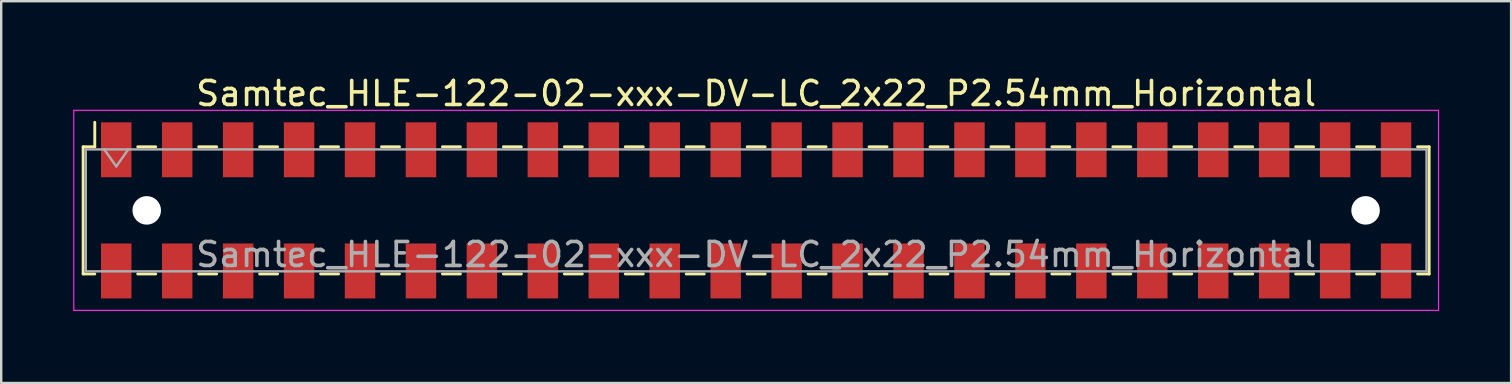
<source format=kicad_pcb>
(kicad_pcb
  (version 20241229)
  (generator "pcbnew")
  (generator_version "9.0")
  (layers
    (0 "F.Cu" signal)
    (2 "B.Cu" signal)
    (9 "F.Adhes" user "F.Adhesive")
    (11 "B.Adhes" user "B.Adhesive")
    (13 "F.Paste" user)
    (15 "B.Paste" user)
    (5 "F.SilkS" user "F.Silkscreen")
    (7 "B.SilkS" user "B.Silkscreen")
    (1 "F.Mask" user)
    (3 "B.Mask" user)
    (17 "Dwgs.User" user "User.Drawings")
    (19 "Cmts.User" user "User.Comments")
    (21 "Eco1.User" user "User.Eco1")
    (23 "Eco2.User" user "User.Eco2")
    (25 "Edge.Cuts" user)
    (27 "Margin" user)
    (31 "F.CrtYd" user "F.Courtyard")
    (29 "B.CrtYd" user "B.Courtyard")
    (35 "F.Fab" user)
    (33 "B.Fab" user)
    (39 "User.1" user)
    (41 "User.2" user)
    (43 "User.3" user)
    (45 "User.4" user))
  (footprint "Samtec_HLE-122-02-xxx-DV-LC_2x22_P2.54mm_Horizontal"
    (layer "F.Cu")
    (at 28.465 5.718)
    (property "Reference" "Samtec_HLE-122-02-xxx-DV-LC_2x22_P2.54mm_Horizontal" (at 0 -4.87 0) (layer "F.SilkS") (effects (font (size 1 1) (thickness 0.15))))
    (attr smd)
    (fp_line (start -28.05 -2.65) (end -28.05 2.65) (stroke (width 0.12) (type solid)) (layer "F.SilkS"))
    (fp_line (start -28.05 2.65) (end -27.565 2.65) (stroke (width 0.12) (type solid)) (layer "F.SilkS"))
    (fp_line (start -27.565 -3.67) (end -27.565 -2.65) (stroke (width 0.12) (type solid)) (layer "F.SilkS"))
    (fp_line (start -27.565 -2.65) (end -28.05 -2.65) (stroke (width 0.12) (type solid)) (layer "F.SilkS"))
    (fp_line (start -25.775 -2.65) (end -25.025 -2.65) (stroke (width 0.12) (type solid)) (layer "F.SilkS"))
    (fp_line (start -25.775 2.65) (end -25.025 2.65) (stroke (width 0.12) (type solid)) (layer "F.SilkS"))
    (fp_line (start -23.235 -2.65) (end -22.485 -2.65) (stroke (width 0.12) (type solid)) (layer "F.SilkS"))
    (fp_line (start -23.235 2.65) (end -22.485 2.65) (stroke (width 0.12) (type solid)) (layer "F.SilkS"))
    (fp_line (start -20.695 -2.65) (end -19.945 -2.65) (stroke (width 0.12) (type solid)) (layer "F.SilkS"))
    (fp_line (start -20.695 2.65) (end -19.945 2.65) (stroke (width 0.12) (type solid)) (layer "F.SilkS"))
    (fp_line (start -18.155 -2.65) (end -17.405 -2.65) (stroke (width 0.12) (type solid)) (layer "F.SilkS"))
    (fp_line (start -18.155 2.65) (end -17.405 2.65) (stroke (width 0.12) (type solid)) (layer "F.SilkS"))
    (fp_line (start -15.615 -2.65) (end -14.865 -2.65) (stroke (width 0.12) (type solid)) (layer "F.SilkS"))
    (fp_line (start -15.615 2.65) (end -14.865 2.65) (stroke (width 0.12) (type solid)) (layer "F.SilkS"))
    (fp_line (start -13.075 -2.65) (end -12.325 -2.65) (stroke (width 0.12) (type solid)) (layer "F.SilkS"))
    (fp_line (start -13.075 2.65) (end -12.325 2.65) (stroke (width 0.12) (type solid)) (layer "F.SilkS"))
    (fp_line (start -10.535 -2.65) (end -9.785 -2.65) (stroke (width 0.12) (type solid)) (layer "F.SilkS"))
    (fp_line (start -10.535 2.65) (end -9.785 2.65) (stroke (width 0.12) (type solid)) (layer "F.SilkS"))
    (fp_line (start -7.995 -2.65) (end -7.245 -2.65) (stroke (width 0.12) (type solid)) (layer "F.SilkS"))
    (fp_line (start -7.995 2.65) (end -7.245 2.65) (stroke (width 0.12) (type solid)) (layer "F.SilkS"))
    (fp_line (start -5.455 -2.65) (end -4.705 -2.65) (stroke (width 0.12) (type solid)) (layer "F.SilkS"))
    (fp_line (start -5.455 2.65) (end -4.705 2.65) (stroke (width 0.12) (type solid)) (layer "F.SilkS"))
    (fp_line (start -2.915 -2.65) (end -2.165 -2.65) (stroke (width 0.12) (type solid)) (layer "F.SilkS"))
    (fp_line (start -2.915 2.65) (end -2.165 2.65) (stroke (width 0.12) (type solid)) (layer "F.SilkS"))
    (fp_line (start -0.375 -2.65) (end 0.375 -2.65) (stroke (width 0.12) (type solid)) (layer "F.SilkS"))
    (fp_line (start -0.375 2.65) (end 0.375 2.65) (stroke (width 0.12) (type solid)) (layer "F.SilkS"))
    (fp_line (start 2.165 -2.65) (end 2.915 -2.65) (stroke (width 0.12) (type solid)) (layer "F.SilkS"))
    (fp_line (start 2.165 2.65) (end 2.915 2.65) (stroke (width 0.12) (type solid)) (layer "F.SilkS"))
    (fp_line (start 4.705 -2.65) (end 5.455 -2.65) (stroke (width 0.12) (type solid)) (layer "F.SilkS"))
    (fp_line (start 4.705 2.65) (end 5.455 2.65) (stroke (width 0.12) (type solid)) (layer "F.SilkS"))
    (fp_line (start 7.245 -2.65) (end 7.995 -2.65) (stroke (width 0.12) (type solid)) (layer "F.SilkS"))
    (fp_line (start 7.245 2.65) (end 7.995 2.65) (stroke (width 0.12) (type solid)) (layer "F.SilkS"))
    (fp_line (start 9.785 -2.65) (end 10.535 -2.65) (stroke (width 0.12) (type solid)) (layer "F.SilkS"))
    (fp_line (start 9.785 2.65) (end 10.535 2.65) (stroke (width 0.12) (type solid)) (layer "F.SilkS"))
    (fp_line (start 12.325 -2.65) (end 13.075 -2.65) (stroke (width 0.12) (type solid)) (layer "F.SilkS"))
    (fp_line (start 12.325 2.65) (end 13.075 2.65) (stroke (width 0.12) (type solid)) (layer "F.SilkS"))
    (fp_line (start 14.865 -2.65) (end 15.615 -2.65) (stroke (width 0.12) (type solid)) (layer "F.SilkS"))
    (fp_line (start 14.865 2.65) (end 15.615 2.65) (stroke (width 0.12) (type solid)) (layer "F.SilkS"))
    (fp_line (start 17.405 -2.65) (end 18.155 -2.65) (stroke (width 0.12) (type solid)) (layer "F.SilkS"))
    (fp_line (start 17.405 2.65) (end 18.155 2.65) (stroke (width 0.12) (type solid)) (layer "F.SilkS"))
    (fp_line (start 19.945 -2.65) (end 20.695 -2.65) (stroke (width 0.12) (type solid)) (layer "F.SilkS"))
    (fp_line (start 19.945 2.65) (end 20.695 2.65) (stroke (width 0.12) (type solid)) (layer "F.SilkS"))
    (fp_line (start 22.485 -2.65) (end 23.235 -2.65) (stroke (width 0.12) (type solid)) (layer "F.SilkS"))
    (fp_line (start 22.485 2.65) (end 23.235 2.65) (stroke (width 0.12) (type solid)) (layer "F.SilkS"))
    (fp_line (start 25.025 -2.65) (end 25.775 -2.65) (stroke (width 0.12) (type solid)) (layer "F.SilkS"))
    (fp_line (start 25.025 2.65) (end 25.775 2.65) (stroke (width 0.12) (type solid)) (layer "F.SilkS"))
    (fp_line (start 27.565 -2.65) (end 28.05 -2.65) (stroke (width 0.12) (type solid)) (layer "F.SilkS"))
    (fp_line (start 28.05 -2.65) (end 28.05 2.65) (stroke (width 0.12) (type solid)) (layer "F.SilkS"))
    (fp_line (start 28.05 2.65) (end 27.565 2.65) (stroke (width 0.12) (type solid)) (layer "F.SilkS"))
    (fp_line (start -28.44 -4.17) (end 28.44 -4.17) (stroke (width 0.05) (type solid)) (layer "F.CrtYd"))
    (fp_line (start -28.44 4.17) (end -28.44 -4.17) (stroke (width 0.05) (type solid)) (layer "F.CrtYd"))
    (fp_line (start 28.44 -4.17) (end 28.44 4.17) (stroke (width 0.05) (type solid)) (layer "F.CrtYd"))
    (fp_line (start 28.44 4.17) (end -28.44 4.17) (stroke (width 0.05) (type solid)) (layer "F.CrtYd"))
    (fp_line (start -27.94 -2.54) (end 27.94 -2.54) (stroke (width 0.1) (type solid)) (layer "F.Fab"))
    (fp_line (start -27.94 2.54) (end -27.94 -2.54) (stroke (width 0.1) (type solid)) (layer "F.Fab"))
    (fp_line (start -27.17 -2.54) (end -26.67 -1.833) (stroke (width 0.1) (type solid)) (layer "F.Fab"))
    (fp_line (start -26.67 -1.833) (end -26.17 -2.54) (stroke (width 0.1) (type solid)) (layer "F.Fab"))
    (fp_line (start 27.94 -2.54) (end 27.94 2.54) (stroke (width 0.1) (type solid)) (layer "F.Fab"))
    (fp_line (start 27.94 2.54) (end -27.94 2.54) (stroke (width 0.1) (type solid)) (layer "F.Fab"))
    (fp_text user "${REFERENCE}" (at 0 1.84 0) (layer "F.Fab") (effects (font (size 1 1) (thickness 0.15))))
    (pad "" np_thru_hole circle (at -25.4 0) (size 1.19 1.19) (drill 1.19) (layers "*.Cu" "*.Mask"))
    (pad "" np_thru_hole circle (at 25.4 0) (size 1.19 1.19) (drill 1.19) (layers "*.Cu" "*.Mask"))
    (pad "1" smd rect (at -26.67 -2.525) (size 1.27 2.29) (layers "F.Cu" "F.Mask" "F.Paste"))
    (pad "2" smd rect (at -26.67 2.525) (size 1.27 2.29) (layers "F.Cu" "F.Mask" "F.Paste"))
    (pad "3" smd rect (at -24.13 -2.525) (size 1.27 2.29) (layers "F.Cu" "F.Mask" "F.Paste"))
    (pad "4" smd rect (at -24.13 2.525) (size 1.27 2.29) (layers "F.Cu" "F.Mask" "F.Paste"))
    (pad "5" smd rect (at -21.59 -2.525) (size 1.27 2.29) (layers "F.Cu" "F.Mask" "F.Paste"))
    (pad "6" smd rect (at -21.59 2.525) (size 1.27 2.29) (layers "F.Cu" "F.Mask" "F.Paste"))
    (pad "7" smd rect (at -19.05 -2.525) (size 1.27 2.29) (layers "F.Cu" "F.Mask" "F.Paste"))
    (pad "8" smd rect (at -19.05 2.525) (size 1.27 2.29) (layers "F.Cu" "F.Mask" "F.Paste"))
    (pad "9" smd rect (at -16.51 -2.525) (size 1.27 2.29) (layers "F.Cu" "F.Mask" "F.Paste"))
    (pad "10" smd rect (at -16.51 2.525) (size 1.27 2.29) (layers "F.Cu" "F.Mask" "F.Paste"))
    (pad "11" smd rect (at -13.97 -2.525) (size 1.27 2.29) (layers "F.Cu" "F.Mask" "F.Paste"))
    (pad "12" smd rect (at -13.97 2.525) (size 1.27 2.29) (layers "F.Cu" "F.Mask" "F.Paste"))
    (pad "13" smd rect (at -11.43 -2.525) (size 1.27 2.29) (layers "F.Cu" "F.Mask" "F.Paste"))
    (pad "14" smd rect (at -11.43 2.525) (size 1.27 2.29) (layers "F.Cu" "F.Mask" "F.Paste"))
    (pad "15" smd rect (at -8.89 -2.525) (size 1.27 2.29) (layers "F.Cu" "F.Mask" "F.Paste"))
    (pad "16" smd rect (at -8.89 2.525) (size 1.27 2.29) (layers "F.Cu" "F.Mask" "F.Paste"))
    (pad "17" smd rect (at -6.35 -2.525) (size 1.27 2.29) (layers "F.Cu" "F.Mask" "F.Paste"))
    (pad "18" smd rect (at -6.35 2.525) (size 1.27 2.29) (layers "F.Cu" "F.Mask" "F.Paste"))
    (pad "19" smd rect (at -3.81 -2.525) (size 1.27 2.29) (layers "F.Cu" "F.Mask" "F.Paste"))
    (pad "20" smd rect (at -3.81 2.525) (size 1.27 2.29) (layers "F.Cu" "F.Mask" "F.Paste"))
    (pad "21" smd rect (at -1.27 -2.525) (size 1.27 2.29) (layers "F.Cu" "F.Mask" "F.Paste"))
    (pad "22" smd rect (at -1.27 2.525) (size 1.27 2.29) (layers "F.Cu" "F.Mask" "F.Paste"))
    (pad "23" smd rect (at 1.27 -2.525) (size 1.27 2.29) (layers "F.Cu" "F.Mask" "F.Paste"))
    (pad "24" smd rect (at 1.27 2.525) (size 1.27 2.29) (layers "F.Cu" "F.Mask" "F.Paste"))
    (pad "25" smd rect (at 3.81 -2.525) (size 1.27 2.29) (layers "F.Cu" "F.Mask" "F.Paste"))
    (pad "26" smd rect (at 3.81 2.525) (size 1.27 2.29) (layers "F.Cu" "F.Mask" "F.Paste"))
    (pad "27" smd rect (at 6.35 -2.525) (size 1.27 2.29) (layers "F.Cu" "F.Mask" "F.Paste"))
    (pad "28" smd rect (at 6.35 2.525) (size 1.27 2.29) (layers "F.Cu" "F.Mask" "F.Paste"))
    (pad "29" smd rect (at 8.89 -2.525) (size 1.27 2.29) (layers "F.Cu" "F.Mask" "F.Paste"))
    (pad "30" smd rect (at 8.89 2.525) (size 1.27 2.29) (layers "F.Cu" "F.Mask" "F.Paste"))
    (pad "31" smd rect (at 11.43 -2.525) (size 1.27 2.29) (layers "F.Cu" "F.Mask" "F.Paste"))
    (pad "32" smd rect (at 11.43 2.525) (size 1.27 2.29) (layers "F.Cu" "F.Mask" "F.Paste"))
    (pad "33" smd rect (at 13.97 -2.525) (size 1.27 2.29) (layers "F.Cu" "F.Mask" "F.Paste"))
    (pad "34" smd rect (at 13.97 2.525) (size 1.27 2.29) (layers "F.Cu" "F.Mask" "F.Paste"))
    (pad "35" smd rect (at 16.51 -2.525) (size 1.27 2.29) (layers "F.Cu" "F.Mask" "F.Paste"))
    (pad "36" smd rect (at 16.51 2.525) (size 1.27 2.29) (layers "F.Cu" "F.Mask" "F.Paste"))
    (pad "37" smd rect (at 19.05 -2.525) (size 1.27 2.29) (layers "F.Cu" "F.Mask" "F.Paste"))
    (pad "38" smd rect (at 19.05 2.525) (size 1.27 2.29) (layers "F.Cu" "F.Mask" "F.Paste"))
    (pad "39" smd rect (at 21.59 -2.525) (size 1.27 2.29) (layers "F.Cu" "F.Mask" "F.Paste"))
    (pad "40" smd rect (at 21.59 2.525) (size 1.27 2.29) (layers "F.Cu" "F.Mask" "F.Paste"))
    (pad "41" smd rect (at 24.13 -2.525) (size 1.27 2.29) (layers "F.Cu" "F.Mask" "F.Paste"))
    (pad "42" smd rect (at 24.13 2.525) (size 1.27 2.29) (layers "F.Cu" "F.Mask" "F.Paste"))
    (pad "43" smd rect (at 26.67 -2.525) (size 1.27 2.29) (layers "F.Cu" "F.Mask" "F.Paste"))
    (pad "44" smd rect (at 26.67 2.525) (size 1.27 2.29) (layers "F.Cu" "F.Mask" "F.Paste")))
  (gr_rect
    (start -3 -3)
    (end 59.93 12.913)
    (stroke (width 0.1) (type default))
    (fill no)
    (layer "Edge.Cuts")))
</source>
